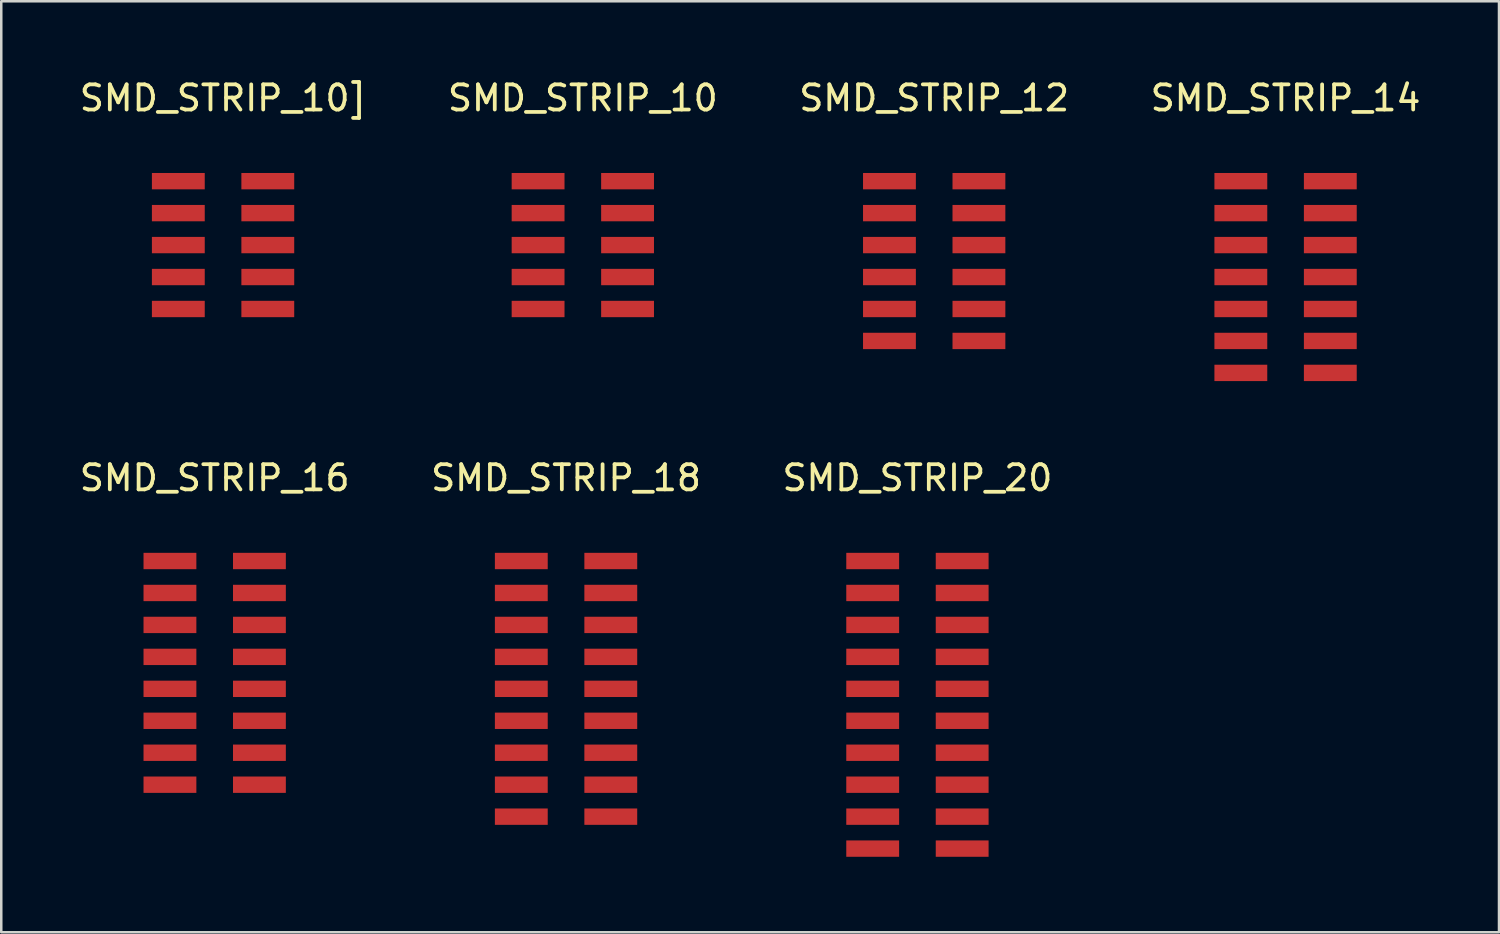
<source format=kicad_pcb>
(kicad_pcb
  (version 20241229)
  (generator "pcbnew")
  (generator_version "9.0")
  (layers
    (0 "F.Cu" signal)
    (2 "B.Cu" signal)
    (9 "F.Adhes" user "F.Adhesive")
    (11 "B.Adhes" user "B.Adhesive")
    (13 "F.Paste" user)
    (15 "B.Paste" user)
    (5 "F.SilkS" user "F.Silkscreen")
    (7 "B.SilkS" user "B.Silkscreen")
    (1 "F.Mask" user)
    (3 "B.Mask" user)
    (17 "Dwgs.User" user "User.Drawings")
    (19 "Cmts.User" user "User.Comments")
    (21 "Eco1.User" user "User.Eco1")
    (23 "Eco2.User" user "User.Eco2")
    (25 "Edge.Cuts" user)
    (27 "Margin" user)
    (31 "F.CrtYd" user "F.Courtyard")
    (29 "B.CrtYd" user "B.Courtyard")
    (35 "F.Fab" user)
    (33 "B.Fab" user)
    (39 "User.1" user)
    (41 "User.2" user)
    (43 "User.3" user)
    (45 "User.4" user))
  (footprint "SMD_STRIP_10]"
    (layer "F.Cu")
    (at 5.815 10.5)
    (property "Reference" "SMD_STRIP_10]" (at 0 -9.652 0) (layer "F.SilkS") (effects (font (size 1 1) (thickness 0.15))))
    (attr through_hole)
    (pad "1" smd rect (at -1.778 -6.35) (size 2.1 0.65) (layers "F.Cu" "F.Mask" "F.Paste"))
    (pad "2" smd rect (at 1.778 -6.35) (size 2.1 0.65) (layers "F.Cu" "F.Mask" "F.Paste"))
    (pad "3" smd rect (at -1.778 -5.08) (size 2.1 0.65) (layers "F.Cu" "F.Mask" "F.Paste"))
    (pad "4" smd rect (at 1.778 -5.08) (size 2.1 0.65) (layers "F.Cu" "F.Mask" "F.Paste"))
    (pad "5" smd rect (at -1.778 -3.81) (size 2.1 0.65) (layers "F.Cu" "F.Mask" "F.Paste"))
    (pad "6" smd rect (at 1.778 -3.81) (size 2.1 0.65) (layers "F.Cu" "F.Mask" "F.Paste"))
    (pad "7" smd rect (at -1.778 -2.54) (size 2.1 0.65) (layers "F.Cu" "F.Mask" "F.Paste"))
    (pad "8" smd rect (at 1.778 -2.54) (size 2.1 0.65) (layers "F.Cu" "F.Mask" "F.Paste"))
    (pad "9" smd rect (at -1.778 -1.27) (size 2.1 0.65) (layers "F.Cu" "F.Mask" "F.Paste"))
    (pad "10" smd rect (at 1.778 -1.27) (size 2.1 0.65) (layers "F.Cu" "F.Mask" "F.Paste")))
  (footprint "SMD_STRIP_14"
    (layer "F.Cu")
    (at 48.042 10.5)
    (property "Reference" "SMD_STRIP_14" (at 0 -9.652 0) (layer "F.SilkS") (effects (font (size 1 1) (thickness 0.15))))
    (attr through_hole)
    (pad "1" smd rect (at -1.778 -6.35) (size 2.1 0.65) (layers "F.Cu" "F.Mask" "F.Paste"))
    (pad "2" smd rect (at 1.778 -6.35) (size 2.1 0.65) (layers "F.Cu" "F.Mask" "F.Paste"))
    (pad "3" smd rect (at -1.778 -5.08) (size 2.1 0.65) (layers "F.Cu" "F.Mask" "F.Paste"))
    (pad "4" smd rect (at 1.778 -5.08) (size 2.1 0.65) (layers "F.Cu" "F.Mask" "F.Paste"))
    (pad "5" smd rect (at -1.778 -3.81) (size 2.1 0.65) (layers "F.Cu" "F.Mask" "F.Paste"))
    (pad "6" smd rect (at 1.778 -3.81) (size 2.1 0.65) (layers "F.Cu" "F.Mask" "F.Paste"))
    (pad "7" smd rect (at -1.778 -2.54) (size 2.1 0.65) (layers "F.Cu" "F.Mask" "F.Paste"))
    (pad "8" smd rect (at 1.778 -2.54) (size 2.1 0.65) (layers "F.Cu" "F.Mask" "F.Paste"))
    (pad "9" smd rect (at -1.778 -1.27) (size 2.1 0.65) (layers "F.Cu" "F.Mask" "F.Paste"))
    (pad "10" smd rect (at 1.778 -1.27) (size 2.1 0.65) (layers "F.Cu" "F.Mask" "F.Paste"))
    (pad "11" smd rect (at -1.778 0) (size 2.1 0.65) (layers "F.Cu" "F.Mask" "F.Paste"))
    (pad "12" smd rect (at 1.778 0) (size 2.1 0.65) (layers "F.Cu" "F.Mask" "F.Paste"))
    (pad "13" smd rect (at -1.778 1.27) (size 2.1 0.65) (layers "F.Cu" "F.Mask" "F.Paste"))
    (pad "14" smd rect (at 1.778 1.27) (size 2.1 0.65) (layers "F.Cu" "F.Mask" "F.Paste")))
  (footprint "SMD_STRIP_12"
    (layer "F.Cu")
    (at 34.077 10.5)
    (property "Reference" "SMD_STRIP_12" (at 0 -9.652 0) (layer "F.SilkS") (effects (font (size 1 1) (thickness 0.15))))
    (attr through_hole)
    (pad "1" smd rect (at -1.778 -6.35) (size 2.1 0.65) (layers "F.Cu" "F.Mask" "F.Paste"))
    (pad "2" smd rect (at 1.778 -6.35) (size 2.1 0.65) (layers "F.Cu" "F.Mask" "F.Paste"))
    (pad "3" smd rect (at -1.778 -5.08) (size 2.1 0.65) (layers "F.Cu" "F.Mask" "F.Paste"))
    (pad "4" smd rect (at 1.778 -5.08) (size 2.1 0.65) (layers "F.Cu" "F.Mask" "F.Paste"))
    (pad "5" smd rect (at -1.778 -3.81) (size 2.1 0.65) (layers "F.Cu" "F.Mask" "F.Paste"))
    (pad "6" smd rect (at 1.778 -3.81) (size 2.1 0.65) (layers "F.Cu" "F.Mask" "F.Paste"))
    (pad "7" smd rect (at -1.778 -2.54) (size 2.1 0.65) (layers "F.Cu" "F.Mask" "F.Paste"))
    (pad "8" smd rect (at 1.778 -2.54) (size 2.1 0.65) (layers "F.Cu" "F.Mask" "F.Paste"))
    (pad "9" smd rect (at -1.778 -1.27) (size 2.1 0.65) (layers "F.Cu" "F.Mask" "F.Paste"))
    (pad "10" smd rect (at 1.778 -1.27) (size 2.1 0.65) (layers "F.Cu" "F.Mask" "F.Paste"))
    (pad "11" smd rect (at -1.778 0) (size 2.1 0.65) (layers "F.Cu" "F.Mask" "F.Paste"))
    (pad "12" smd rect (at 1.778 0) (size 2.1 0.65) (layers "F.Cu" "F.Mask" "F.Paste")))
  (footprint "SMD_STRIP_18"
    (layer "F.Cu")
    (at 19.446 25.596)
    (property "Reference" "SMD_STRIP_18" (at 0 -9.652 0) (layer "F.SilkS") (effects (font (size 1 1) (thickness 0.15))))
    (attr through_hole)
    (pad "1" smd rect (at -1.778 -6.35) (size 2.1 0.65) (layers "F.Cu" "F.Mask" "F.Paste"))
    (pad "2" smd rect (at 1.778 -6.35) (size 2.1 0.65) (layers "F.Cu" "F.Mask" "F.Paste"))
    (pad "3" smd rect (at -1.778 -5.08) (size 2.1 0.65) (layers "F.Cu" "F.Mask" "F.Paste"))
    (pad "4" smd rect (at 1.778 -5.08) (size 2.1 0.65) (layers "F.Cu" "F.Mask" "F.Paste"))
    (pad "5" smd rect (at -1.778 -3.81) (size 2.1 0.65) (layers "F.Cu" "F.Mask" "F.Paste"))
    (pad "6" smd rect (at 1.778 -3.81) (size 2.1 0.65) (layers "F.Cu" "F.Mask" "F.Paste"))
    (pad "7" smd rect (at -1.778 -2.54) (size 2.1 0.65) (layers "F.Cu" "F.Mask" "F.Paste"))
    (pad "8" smd rect (at 1.778 -2.54) (size 2.1 0.65) (layers "F.Cu" "F.Mask" "F.Paste"))
    (pad "9" smd rect (at -1.778 -1.27) (size 2.1 0.65) (layers "F.Cu" "F.Mask" "F.Paste"))
    (pad "10" smd rect (at 1.778 -1.27) (size 2.1 0.65) (layers "F.Cu" "F.Mask" "F.Paste"))
    (pad "11" smd rect (at -1.778 0) (size 2.1 0.65) (layers "F.Cu" "F.Mask" "F.Paste"))
    (pad "12" smd rect (at 1.778 0) (size 2.1 0.65) (layers "F.Cu" "F.Mask" "F.Paste"))
    (pad "13" smd rect (at -1.778 1.27) (size 2.1 0.65) (layers "F.Cu" "F.Mask" "F.Paste"))
    (pad "14" smd rect (at 1.778 1.27) (size 2.1 0.65) (layers "F.Cu" "F.Mask" "F.Paste"))
    (pad "15" smd rect (at -1.778 2.54) (size 2.1 0.65) (layers "F.Cu" "F.Mask" "F.Paste"))
    (pad "16" smd rect (at 1.778 2.54) (size 2.1 0.65) (layers "F.Cu" "F.Mask" "F.Paste"))
    (pad "17" smd rect (at -1.778 3.81) (size 2.1 0.65) (layers "F.Cu" "F.Mask" "F.Paste"))
    (pad "18" smd rect (at 1.778 3.81) (size 2.1 0.65) (layers "F.Cu" "F.Mask" "F.Paste")))
  (footprint "SMD_STRIP_16"
    (layer "F.Cu")
    (at 5.482 25.596)
    (property "Reference" "SMD_STRIP_16" (at 0 -9.652 0) (layer "F.SilkS") (effects (font (size 1 1) (thickness 0.15))))
    (attr through_hole)
    (pad "1" smd rect (at -1.778 -6.35) (size 2.1 0.65) (layers "F.Cu" "F.Mask" "F.Paste"))
    (pad "2" smd rect (at 1.778 -6.35) (size 2.1 0.65) (layers "F.Cu" "F.Mask" "F.Paste"))
    (pad "3" smd rect (at -1.778 -5.08) (size 2.1 0.65) (layers "F.Cu" "F.Mask" "F.Paste"))
    (pad "4" smd rect (at 1.778 -5.08) (size 2.1 0.65) (layers "F.Cu" "F.Mask" "F.Paste"))
    (pad "5" smd rect (at -1.778 -3.81) (size 2.1 0.65) (layers "F.Cu" "F.Mask" "F.Paste"))
    (pad "6" smd rect (at 1.778 -3.81) (size 2.1 0.65) (layers "F.Cu" "F.Mask" "F.Paste"))
    (pad "7" smd rect (at -1.778 -2.54) (size 2.1 0.65) (layers "F.Cu" "F.Mask" "F.Paste"))
    (pad "8" smd rect (at 1.778 -2.54) (size 2.1 0.65) (layers "F.Cu" "F.Mask" "F.Paste"))
    (pad "9" smd rect (at -1.778 -1.27) (size 2.1 0.65) (layers "F.Cu" "F.Mask" "F.Paste"))
    (pad "10" smd rect (at 1.778 -1.27) (size 2.1 0.65) (layers "F.Cu" "F.Mask" "F.Paste"))
    (pad "11" smd rect (at -1.778 0) (size 2.1 0.65) (layers "F.Cu" "F.Mask" "F.Paste"))
    (pad "12" smd rect (at 1.778 0) (size 2.1 0.65) (layers "F.Cu" "F.Mask" "F.Paste"))
    (pad "13" smd rect (at -1.778 1.27) (size 2.1 0.65) (layers "F.Cu" "F.Mask" "F.Paste"))
    (pad "14" smd rect (at 1.778 1.27) (size 2.1 0.65) (layers "F.Cu" "F.Mask" "F.Paste"))
    (pad "15" smd rect (at -1.778 2.54) (size 2.1 0.65) (layers "F.Cu" "F.Mask" "F.Paste"))
    (pad "16" smd rect (at 1.778 2.54) (size 2.1 0.65) (layers "F.Cu" "F.Mask" "F.Paste")))
  (footprint "SMD_STRIP_20"
    (layer "F.Cu")
    (at 33.411 25.596)
    (property "Reference" "SMD_STRIP_20" (at 0 -9.652 0) (layer "F.SilkS") (effects (font (size 1 1) (thickness 0.15))))
    (attr through_hole)
    (pad "1" smd rect (at -1.778 -6.35) (size 2.1 0.65) (layers "F.Cu" "F.Mask" "F.Paste"))
    (pad "2" smd rect (at 1.778 -6.35) (size 2.1 0.65) (layers "F.Cu" "F.Mask" "F.Paste"))
    (pad "3" smd rect (at -1.778 -5.08) (size 2.1 0.65) (layers "F.Cu" "F.Mask" "F.Paste"))
    (pad "4" smd rect (at 1.778 -5.08) (size 2.1 0.65) (layers "F.Cu" "F.Mask" "F.Paste"))
    (pad "5" smd rect (at -1.778 -3.81) (size 2.1 0.65) (layers "F.Cu" "F.Mask" "F.Paste"))
    (pad "6" smd rect (at 1.778 -3.81) (size 2.1 0.65) (layers "F.Cu" "F.Mask" "F.Paste"))
    (pad "7" smd rect (at -1.778 -2.54) (size 2.1 0.65) (layers "F.Cu" "F.Mask" "F.Paste"))
    (pad "8" smd rect (at 1.778 -2.54) (size 2.1 0.65) (layers "F.Cu" "F.Mask" "F.Paste"))
    (pad "9" smd rect (at -1.778 -1.27) (size 2.1 0.65) (layers "F.Cu" "F.Mask" "F.Paste"))
    (pad "10" smd rect (at 1.778 -1.27) (size 2.1 0.65) (layers "F.Cu" "F.Mask" "F.Paste"))
    (pad "11" smd rect (at -1.778 0) (size 2.1 0.65) (layers "F.Cu" "F.Mask" "F.Paste"))
    (pad "12" smd rect (at 1.778 0) (size 2.1 0.65) (layers "F.Cu" "F.Mask" "F.Paste"))
    (pad "13" smd rect (at -1.778 1.27) (size 2.1 0.65) (layers "F.Cu" "F.Mask" "F.Paste"))
    (pad "14" smd rect (at 1.778 1.27) (size 2.1 0.65) (layers "F.Cu" "F.Mask" "F.Paste"))
    (pad "15" smd rect (at -1.778 2.54) (size 2.1 0.65) (layers "F.Cu" "F.Mask" "F.Paste"))
    (pad "16" smd rect (at 1.778 2.54) (size 2.1 0.65) (layers "F.Cu" "F.Mask" "F.Paste"))
    (pad "17" smd rect (at -1.778 3.81) (size 2.1 0.65) (layers "F.Cu" "F.Mask" "F.Paste"))
    (pad "18" smd rect (at 1.778 3.81) (size 2.1 0.65) (layers "F.Cu" "F.Mask" "F.Paste"))
    (pad "19" smd rect (at -1.778 5.08) (size 2.1 0.65) (layers "F.Cu" "F.Mask" "F.Paste"))
    (pad "20" smd rect (at 1.778 5.08) (size 2.1 0.65) (layers "F.Cu" "F.Mask" "F.Paste")))
  (footprint "SMD_STRIP_10"
    (layer "F.Cu")
    (at 20.113 10.5)
    (property "Reference" "SMD_STRIP_10" (at 0 -9.652 0) (layer "F.SilkS") (effects (font (size 1 1) (thickness 0.15))))
    (attr through_hole)
    (pad "1" smd rect (at -1.778 -6.35) (size 2.1 0.65) (layers "F.Cu" "F.Mask" "F.Paste"))
    (pad "2" smd rect (at 1.778 -6.35) (size 2.1 0.65) (layers "F.Cu" "F.Mask" "F.Paste"))
    (pad "3" smd rect (at -1.778 -5.08) (size 2.1 0.65) (layers "F.Cu" "F.Mask" "F.Paste"))
    (pad "4" smd rect (at 1.778 -5.08) (size 2.1 0.65) (layers "F.Cu" "F.Mask" "F.Paste"))
    (pad "5" smd rect (at -1.778 -3.81) (size 2.1 0.65) (layers "F.Cu" "F.Mask" "F.Paste"))
    (pad "6" smd rect (at 1.778 -3.81) (size 2.1 0.65) (layers "F.Cu" "F.Mask" "F.Paste"))
    (pad "7" smd rect (at -1.778 -2.54) (size 2.1 0.65) (layers "F.Cu" "F.Mask" "F.Paste"))
    (pad "8" smd rect (at 1.778 -2.54) (size 2.1 0.65) (layers "F.Cu" "F.Mask" "F.Paste"))
    (pad "9" smd rect (at -1.778 -1.27) (size 2.1 0.65) (layers "F.Cu" "F.Mask" "F.Paste"))
    (pad "10" smd rect (at 1.778 -1.27) (size 2.1 0.65) (layers "F.Cu" "F.Mask" "F.Paste")))
  (gr_rect
    (start -3 -3)
    (end 56.524 34.001)
    (stroke (width 0.1) (type default))
    (fill no)
    (layer "Edge.Cuts")))
</source>
